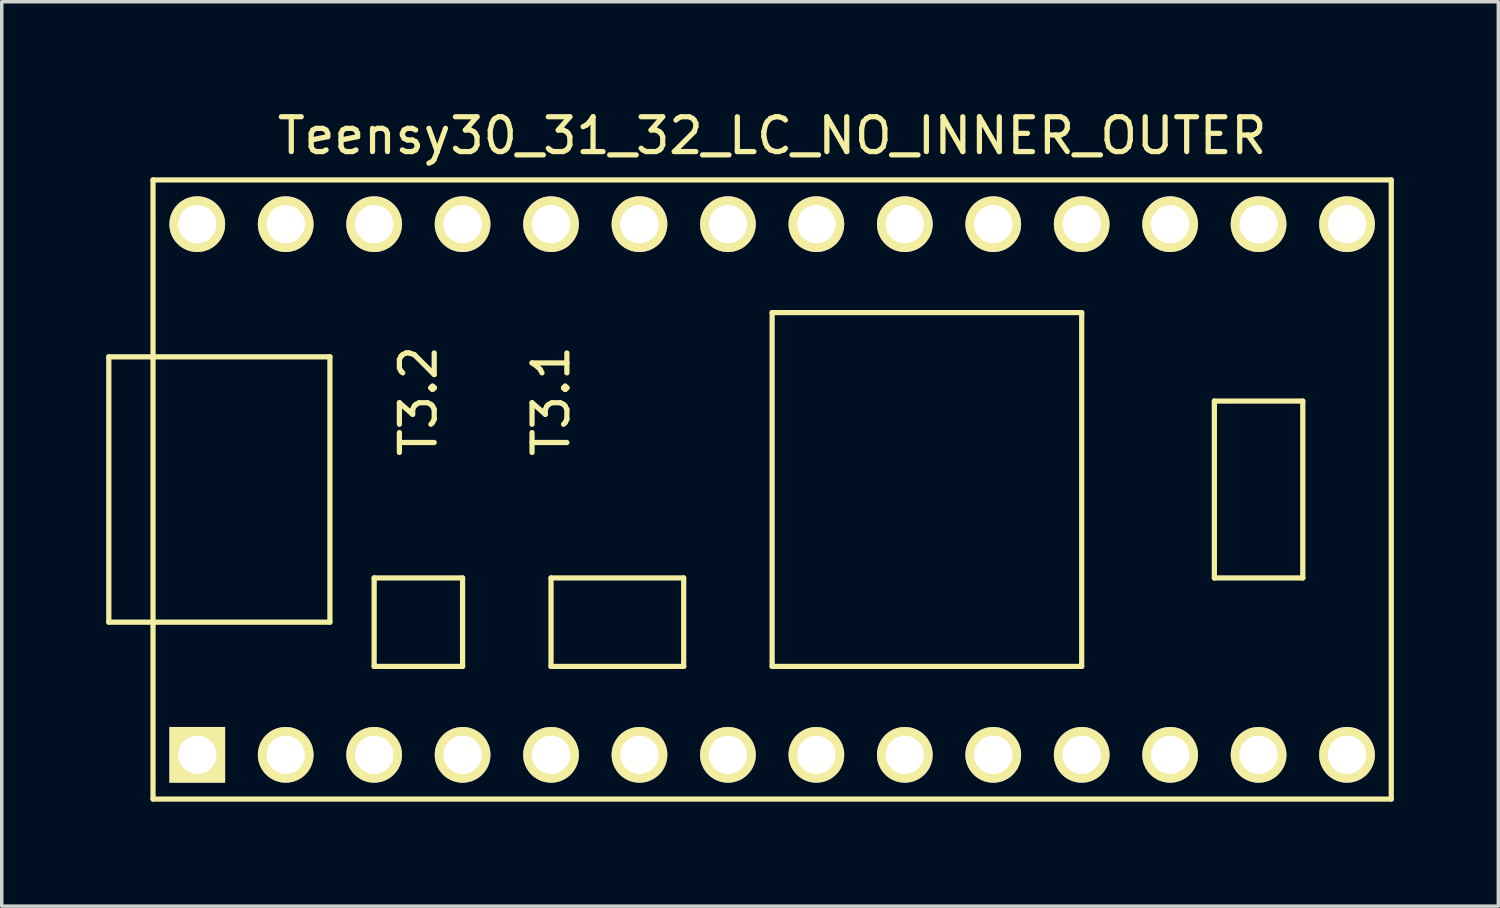
<source format=kicad_pcb>
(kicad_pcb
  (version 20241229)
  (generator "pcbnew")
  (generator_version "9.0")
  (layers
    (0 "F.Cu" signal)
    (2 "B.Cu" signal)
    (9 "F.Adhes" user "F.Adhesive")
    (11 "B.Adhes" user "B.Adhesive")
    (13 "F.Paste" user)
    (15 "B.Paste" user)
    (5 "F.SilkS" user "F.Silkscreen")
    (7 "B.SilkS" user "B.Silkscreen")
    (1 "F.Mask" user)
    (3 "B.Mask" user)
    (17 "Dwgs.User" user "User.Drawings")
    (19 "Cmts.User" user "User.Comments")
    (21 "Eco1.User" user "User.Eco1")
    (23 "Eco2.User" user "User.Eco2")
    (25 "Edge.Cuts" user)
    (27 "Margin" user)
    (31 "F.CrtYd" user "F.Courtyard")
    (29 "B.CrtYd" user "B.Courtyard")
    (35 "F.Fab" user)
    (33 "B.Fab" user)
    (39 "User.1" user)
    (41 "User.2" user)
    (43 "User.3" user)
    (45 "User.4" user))
  (footprint "Teensy30_31_32_LC_NO_INNER_OUTER"
    (layer "F.Cu")
    (at 19.125 11.008)
    (property "Reference" "Teensy30_31_32_LC_NO_INNER_OUTER" (at 0 -10.16 0) (layer "F.SilkS") (effects (font (size 1 1) (thickness 0.15))))
    (attr through_hole)
    (fp_line (start -19.05 -3.81) (end -17.78 -3.81) (stroke (width 0.15) (type solid)) (layer "F.SilkS"))
    (fp_line (start -19.05 3.81) (end -19.05 -3.81) (stroke (width 0.15) (type solid)) (layer "F.SilkS"))
    (fp_line (start -17.78 -8.89) (end 17.78 -8.89) (stroke (width 0.15) (type solid)) (layer "F.SilkS"))
    (fp_line (start -17.78 3.81) (end -19.05 3.81) (stroke (width 0.15) (type solid)) (layer "F.SilkS"))
    (fp_line (start -17.78 8.89) (end -17.78 -8.89) (stroke (width 0.15) (type solid)) (layer "F.SilkS"))
    (fp_line (start -12.7 -3.81) (end -17.78 -3.81) (stroke (width 0.15) (type solid)) (layer "F.SilkS"))
    (fp_line (start -12.7 3.81) (end -17.78 3.81) (stroke (width 0.15) (type solid)) (layer "F.SilkS"))
    (fp_line (start -12.7 3.81) (end -12.7 -3.81) (stroke (width 0.15) (type solid)) (layer "F.SilkS"))
    (fp_line (start -11.43 2.54) (end -11.43 5.08) (stroke (width 0.15) (type solid)) (layer "F.SilkS"))
    (fp_line (start -11.43 5.08) (end -8.89 5.08) (stroke (width 0.15) (type solid)) (layer "F.SilkS"))
    (fp_line (start -8.89 2.54) (end -11.43 2.54) (stroke (width 0.15) (type solid)) (layer "F.SilkS"))
    (fp_line (start -8.89 5.08) (end -8.89 2.54) (stroke (width 0.15) (type solid)) (layer "F.SilkS"))
    (fp_line (start -6.35 2.54) (end -6.35 5.08) (stroke (width 0.15) (type solid)) (layer "F.SilkS"))
    (fp_line (start -6.35 5.08) (end -2.54 5.08) (stroke (width 0.15) (type solid)) (layer "F.SilkS"))
    (fp_line (start -2.54 2.54) (end -6.35 2.54) (stroke (width 0.15) (type solid)) (layer "F.SilkS"))
    (fp_line (start -2.54 5.08) (end -2.54 2.54) (stroke (width 0.15) (type solid)) (layer "F.SilkS"))
    (fp_line (start 0 -5.08) (end 0 5.08) (stroke (width 0.15) (type solid)) (layer "F.SilkS"))
    (fp_line (start 8.89 -5.08) (end 0 -5.08) (stroke (width 0.15) (type solid)) (layer "F.SilkS"))
    (fp_line (start 8.89 5.08) (end 0 5.08) (stroke (width 0.15) (type solid)) (layer "F.SilkS"))
    (fp_line (start 8.89 5.08) (end 8.89 -5.08) (stroke (width 0.15) (type solid)) (layer "F.SilkS"))
    (fp_line (start 12.7 -2.54) (end 15.24 -2.54) (stroke (width 0.15) (type solid)) (layer "F.SilkS"))
    (fp_line (start 12.7 2.54) (end 12.7 -2.54) (stroke (width 0.15) (type solid)) (layer "F.SilkS"))
    (fp_line (start 15.24 -2.54) (end 15.24 2.54) (stroke (width 0.15) (type solid)) (layer "F.SilkS"))
    (fp_line (start 15.24 2.54) (end 12.7 2.54) (stroke (width 0.15) (type solid)) (layer "F.SilkS"))
    (fp_line (start 17.78 -8.89) (end 17.78 8.89) (stroke (width 0.15) (type solid)) (layer "F.SilkS"))
    (fp_line (start 17.78 8.89) (end -17.78 8.89) (stroke (width 0.15) (type solid)) (layer "F.SilkS"))
    (fp_text user "T3.2" (at -10.16 -2.54 90) (layer "F.SilkS") (effects (font (size 1 1) (thickness 0.15))))
    (fp_text user "T3.1" (at -6.35 -2.54 90) (layer "F.SilkS") (effects (font (size 1 1) (thickness 0.15))))
    (pad "1" thru_hole rect (at -16.51 7.62) (size 1.6 1.6) (drill 1.1) (layers "*.Cu" "*.Mask" "F.SilkS"))
    (pad "2" thru_hole circle (at -13.97 7.62) (size 1.6 1.6) (drill 1.1) (layers "*.Cu" "*.Mask" "F.SilkS"))
    (pad "3" thru_hole circle (at -11.43 7.62) (size 1.6 1.6) (drill 1.1) (layers "*.Cu" "*.Mask" "F.SilkS"))
    (pad "4" thru_hole circle (at -8.89 7.62) (size 1.6 1.6) (drill 1.1) (layers "*.Cu" "*.Mask" "F.SilkS"))
    (pad "5" thru_hole circle (at -6.35 7.62) (size 1.6 1.6) (drill 1.1) (layers "*.Cu" "*.Mask" "F.SilkS"))
    (pad "6" thru_hole circle (at -3.81 7.62) (size 1.6 1.6) (drill 1.1) (layers "*.Cu" "*.Mask" "F.SilkS"))
    (pad "7" thru_hole circle (at -1.27 7.62) (size 1.6 1.6) (drill 1.1) (layers "*.Cu" "*.Mask" "F.SilkS"))
    (pad "8" thru_hole circle (at 1.27 7.62) (size 1.6 1.6) (drill 1.1) (layers "*.Cu" "*.Mask" "F.SilkS"))
    (pad "9" thru_hole circle (at 3.81 7.62) (size 1.6 1.6) (drill 1.1) (layers "*.Cu" "*.Mask" "F.SilkS"))
    (pad "10" thru_hole circle (at 6.35 7.62) (size 1.6 1.6) (drill 1.1) (layers "*.Cu" "*.Mask" "F.SilkS"))
    (pad "11" thru_hole circle (at 8.89 7.62) (size 1.6 1.6) (drill 1.1) (layers "*.Cu" "*.Mask" "F.SilkS"))
    (pad "12" thru_hole circle (at 11.43 7.62) (size 1.6 1.6) (drill 1.1) (layers "*.Cu" "*.Mask" "F.SilkS"))
    (pad "13" thru_hole circle (at 13.97 7.62) (size 1.6 1.6) (drill 1.1) (layers "*.Cu" "*.Mask" "F.SilkS"))
    (pad "14" thru_hole circle (at 16.51 7.62) (size 1.6 1.6) (drill 1.1) (layers "*.Cu" "*.Mask" "F.SilkS"))
    (pad "20" thru_hole circle (at 16.51 -7.62) (size 1.6 1.6) (drill 1.1) (layers "*.Cu" "*.Mask" "F.SilkS"))
    (pad "21" thru_hole circle (at 13.97 -7.62) (size 1.6 1.6) (drill 1.1) (layers "*.Cu" "*.Mask" "F.SilkS"))
    (pad "22" thru_hole circle (at 11.43 -7.62) (size 1.6 1.6) (drill 1.1) (layers "*.Cu" "*.Mask" "F.SilkS"))
    (pad "23" thru_hole circle (at 8.89 -7.62) (size 1.6 1.6) (drill 1.1) (layers "*.Cu" "*.Mask" "F.SilkS"))
    (pad "24" thru_hole circle (at 6.35 -7.62) (size 1.6 1.6) (drill 1.1) (layers "*.Cu" "*.Mask" "F.SilkS"))
    (pad "25" thru_hole circle (at 3.81 -7.62) (size 1.6 1.6) (drill 1.1) (layers "*.Cu" "*.Mask" "F.SilkS"))
    (pad "26" thru_hole circle (at 1.27 -7.62) (size 1.6 1.6) (drill 1.1) (layers "*.Cu" "*.Mask" "F.SilkS"))
    (pad "27" thru_hole circle (at -1.27 -7.62) (size 1.6 1.6) (drill 1.1) (layers "*.Cu" "*.Mask" "F.SilkS"))
    (pad "28" thru_hole circle (at -3.81 -7.62) (size 1.6 1.6) (drill 1.1) (layers "*.Cu" "*.Mask" "F.SilkS"))
    (pad "29" thru_hole circle (at -6.35 -7.62) (size 1.6 1.6) (drill 1.1) (layers "*.Cu" "*.Mask" "F.SilkS"))
    (pad "30" thru_hole circle (at -8.89 -7.62) (size 1.6 1.6) (drill 1.1) (layers "*.Cu" "*.Mask" "F.SilkS"))
    (pad "31" thru_hole circle (at -11.43 -7.62) (size 1.6 1.6) (drill 1.1) (layers "*.Cu" "*.Mask" "F.SilkS"))
    (pad "32" thru_hole circle (at -13.97 -7.62) (size 1.6 1.6) (drill 1.1) (layers "*.Cu" "*.Mask" "F.SilkS"))
    (pad "33" thru_hole circle (at -16.51 -7.62) (size 1.6 1.6) (drill 1.1) (layers "*.Cu" "*.Mask" "F.SilkS")))
  (gr_rect
    (start -3 -3)
    (end 39.98 22.973)
    (stroke (width 0.1) (type default))
    (fill no)
    (layer "Edge.Cuts")))
</source>
